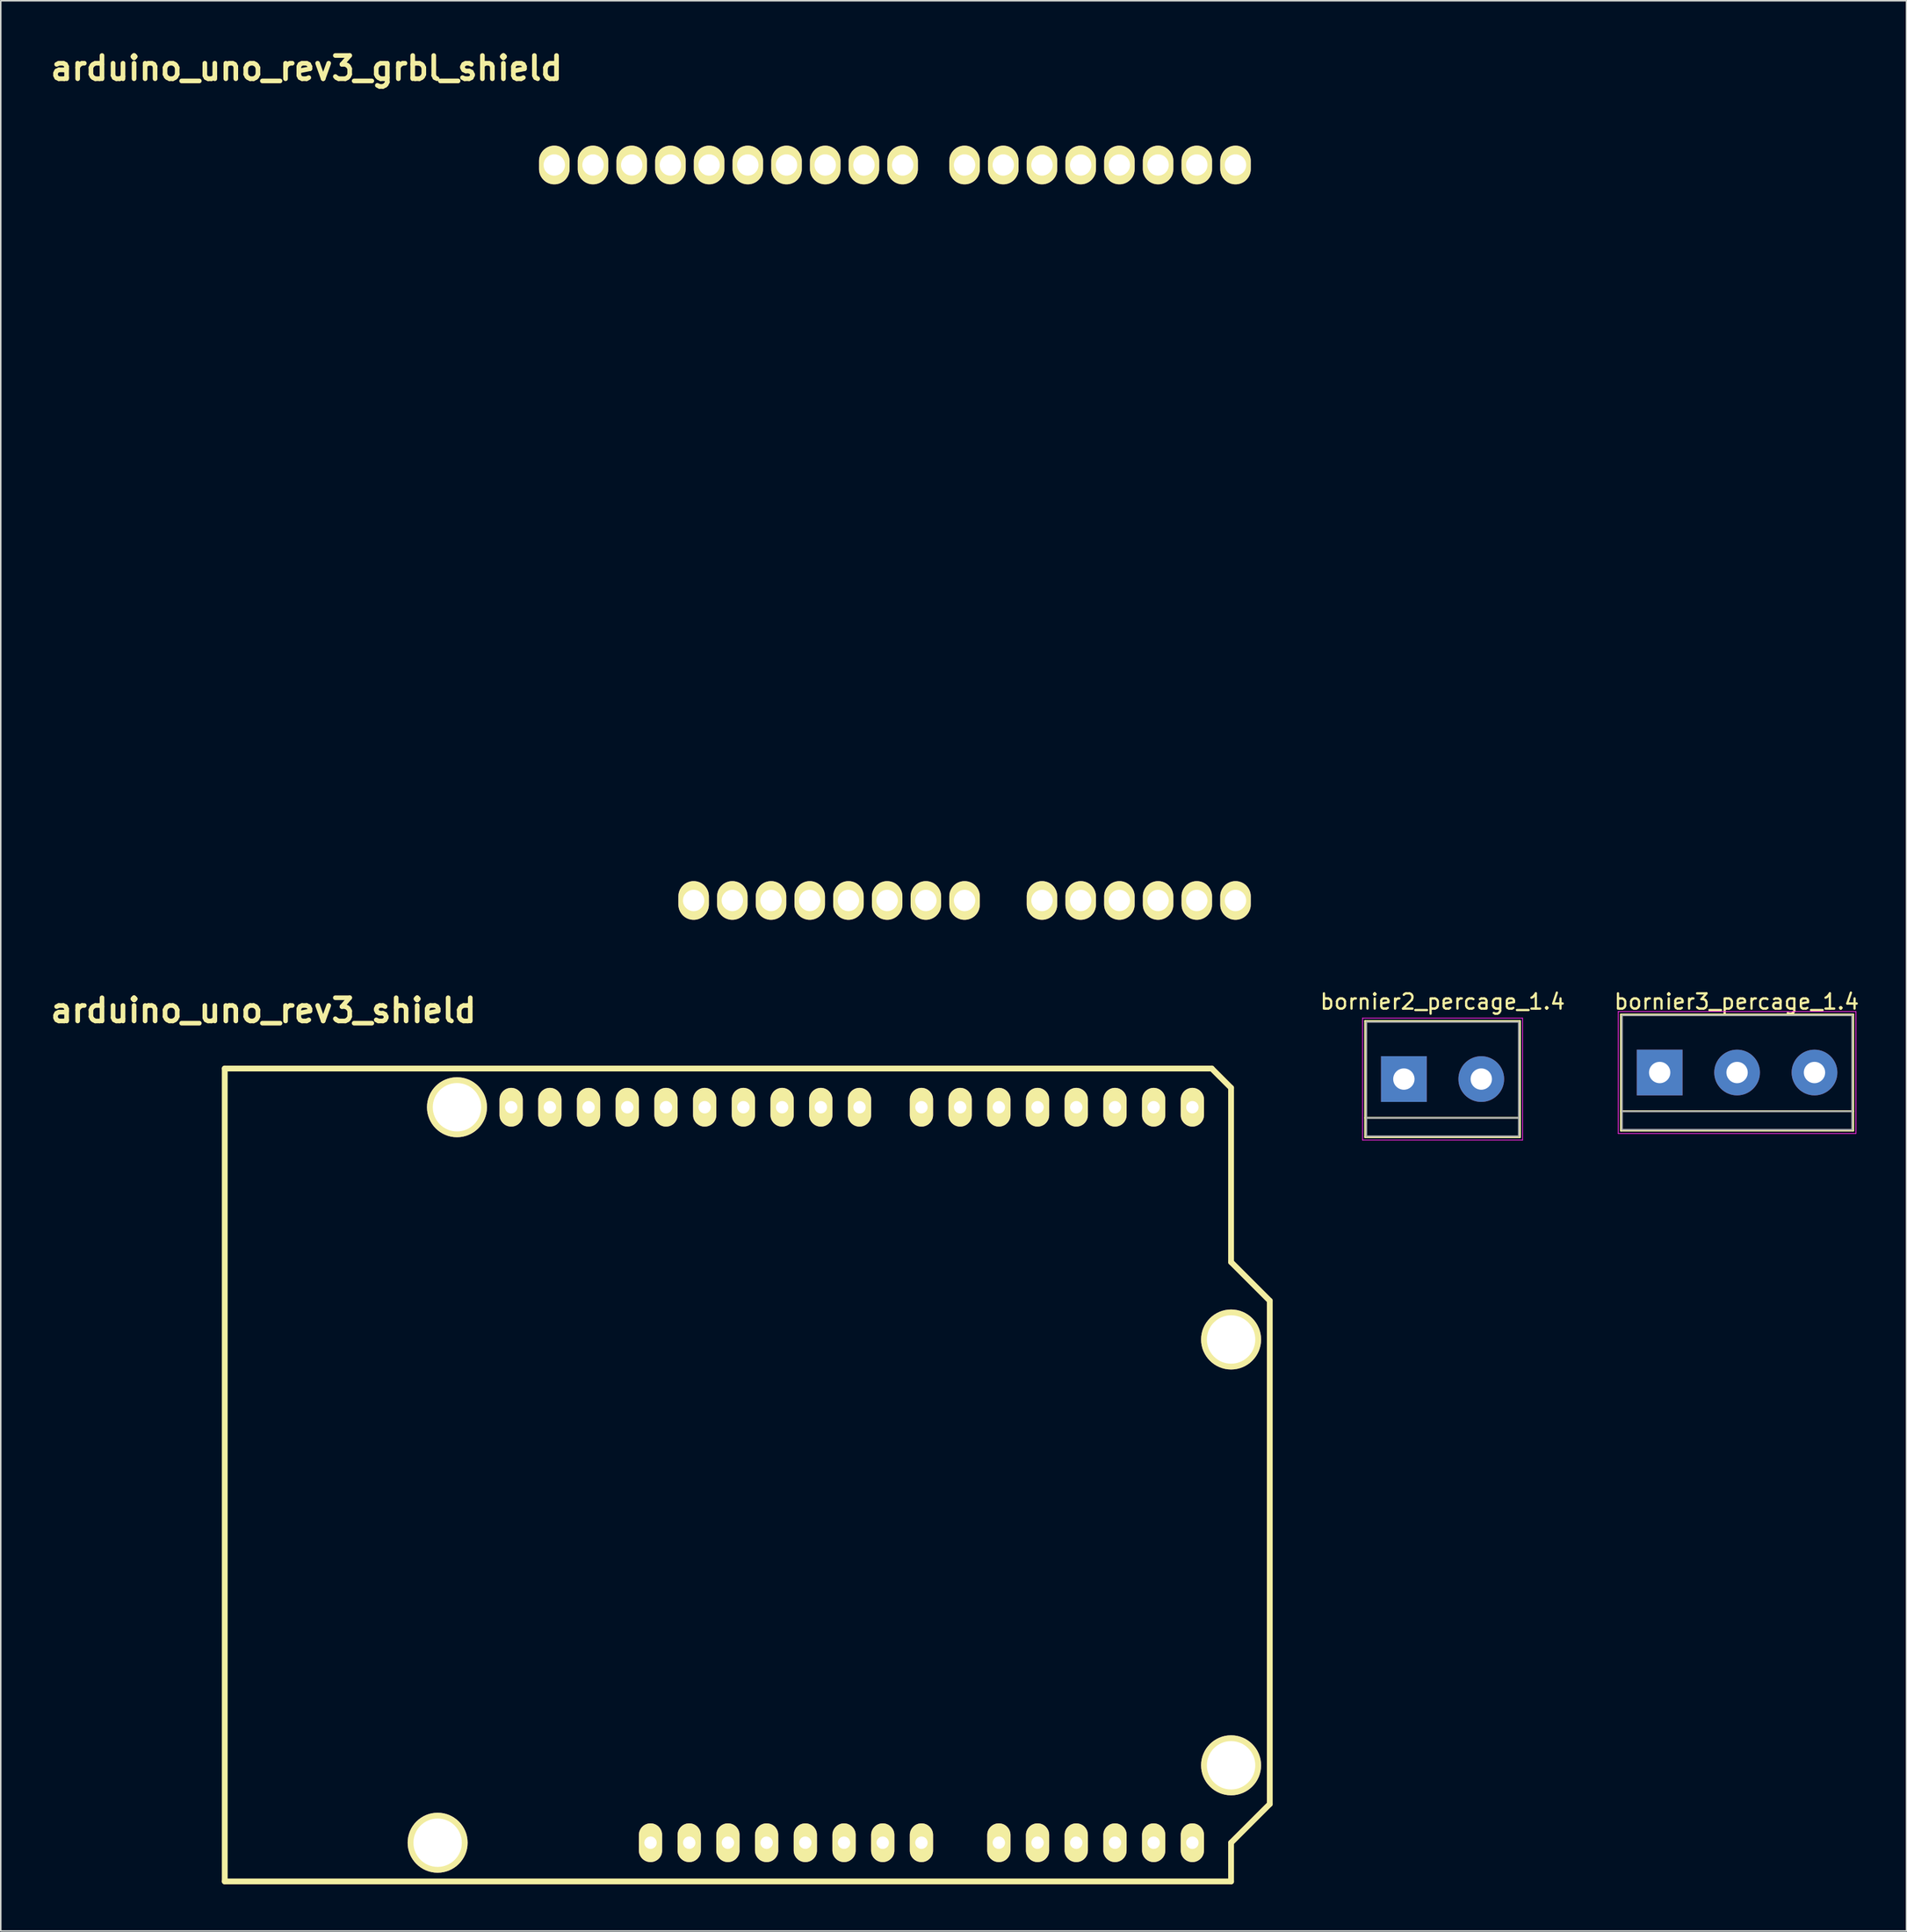
<source format=kicad_pcb>
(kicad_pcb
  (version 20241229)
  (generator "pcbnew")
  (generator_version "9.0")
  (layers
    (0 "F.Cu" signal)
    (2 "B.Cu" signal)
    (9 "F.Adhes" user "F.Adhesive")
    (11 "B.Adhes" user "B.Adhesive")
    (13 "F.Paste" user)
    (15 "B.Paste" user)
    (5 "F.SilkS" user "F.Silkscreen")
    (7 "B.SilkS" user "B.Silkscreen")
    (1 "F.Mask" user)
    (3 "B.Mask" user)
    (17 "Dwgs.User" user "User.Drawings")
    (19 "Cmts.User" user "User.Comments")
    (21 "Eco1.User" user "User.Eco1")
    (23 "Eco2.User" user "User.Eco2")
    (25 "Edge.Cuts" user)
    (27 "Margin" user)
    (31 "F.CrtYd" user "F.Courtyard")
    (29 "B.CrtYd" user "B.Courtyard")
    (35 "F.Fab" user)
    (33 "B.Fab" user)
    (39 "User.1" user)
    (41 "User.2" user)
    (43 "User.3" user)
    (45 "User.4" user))
  (footprint "arduino_uno_rev3_grbl_shield"
    (layer "F.Cu")
    (at 14.529 58.576)
    (property "Reference" "arduino_uno_rev3_grbl_shield" (at 2.54 -57.15 0) (layer "F.SilkS") (effects (font (size 1.524 1.524) (thickness 0.305))))
    (attr through_hole)
    (pad "0" thru_hole oval (at 63.5 -50.8 90) (size 2.54 2) (drill 1.4) (layers "*.Cu" "*.Mask" "F.SilkS"))
    (pad "1" thru_hole oval (at 60.96 -50.8 90) (size 2.54 2) (drill 1.4) (layers "*.Cu" "*.Mask" "F.SilkS"))
    (pad "2" thru_hole oval (at 58.42 -50.8 90) (size 2.54 2) (drill 1.4) (layers "*.Cu" "*.Mask" "F.SilkS"))
    (pad "3" thru_hole oval (at 55.88 -50.8 90) (size 2.54 2) (drill 1.4) (layers "*.Cu" "*.Mask" "F.SilkS"))
    (pad "3V3" thru_hole oval (at 35.56 -2.54 90) (size 2.54 2) (drill 1.4) (layers "*.Cu" "*.Mask" "F.SilkS"))
    (pad "4" thru_hole oval (at 53.34 -50.8 90) (size 2.54 2) (drill 1.4) (layers "*.Cu" "*.Mask" "F.SilkS"))
    (pad "5" thru_hole oval (at 50.8 -50.8 90) (size 2.54 2) (drill 1.4) (layers "*.Cu" "*.Mask" "F.SilkS"))
    (pad "5V" thru_hole oval (at 38.1 -2.54 90) (size 2.54 2) (drill 1.4) (layers "*.Cu" "*.Mask" "F.SilkS"))
    (pad "6" thru_hole oval (at 48.26 -50.8 90) (size 2.54 2) (drill 1.4) (layers "*.Cu" "*.Mask" "F.SilkS"))
    (pad "7" thru_hole oval (at 45.72 -50.8 90) (size 2.54 2) (drill 1.4) (layers "*.Cu" "*.Mask" "F.SilkS"))
    (pad "8" thru_hole oval (at 41.656 -50.8 90) (size 2.54 2) (drill 1.4) (layers "*.Cu" "*.Mask" "F.SilkS"))
    (pad "9" thru_hole oval (at 39.116 -50.8 90) (size 2.54 2) (drill 1.4) (layers "*.Cu" "*.Mask" "F.SilkS"))
    (pad "10" thru_hole oval (at 36.576 -50.8 90) (size 2.54 2) (drill 1.4) (layers "*.Cu" "*.Mask" "F.SilkS"))
    (pad "11" thru_hole oval (at 34.036 -50.8 90) (size 2.54 2) (drill 1.4) (layers "*.Cu" "*.Mask" "F.SilkS"))
    (pad "12" thru_hole oval (at 31.496 -50.8 90) (size 2.54 2) (drill 1.4) (layers "*.Cu" "*.Mask" "F.SilkS"))
    (pad "13" thru_hole oval (at 28.956 -50.8 90) (size 2.54 2) (drill 1.4) (layers "*.Cu" "*.Mask" "F.SilkS"))
    (pad "AD0" thru_hole oval (at 50.8 -2.54 90) (size 2.54 2) (drill 1.4) (layers "*.Cu" "*.Mask" "F.SilkS"))
    (pad "AD1" thru_hole oval (at 53.34 -2.54 90) (size 2.54 2) (drill 1.4) (layers "*.Cu" "*.Mask" "F.SilkS"))
    (pad "AD2" thru_hole oval (at 55.88 -2.54 90) (size 2.54 2) (drill 1.4) (layers "*.Cu" "*.Mask" "F.SilkS"))
    (pad "AD3" thru_hole oval (at 58.42 -2.54 90) (size 2.54 2) (drill 1.4) (layers "*.Cu" "*.Mask" "F.SilkS"))
    (pad "AD4" thru_hole oval (at 60.96 -2.54 90) (size 2.54 2) (drill 1.4) (layers "*.Cu" "*.Mask" "F.SilkS"))
    (pad "AD5" thru_hole oval (at 63.5 -2.54 90) (size 2.54 2) (drill 1.4) (layers "*.Cu" "*.Mask" "F.SilkS"))
    (pad "AREF" thru_hole oval (at 23.876 -50.8 90) (size 2.54 2) (drill 1.4) (layers "*.Cu" "*.Mask" "F.SilkS"))
    (pad "GND1" thru_hole oval (at 40.64 -2.54 90) (size 2.54 2) (drill 1.4) (layers "*.Cu" "*.Mask" "F.SilkS"))
    (pad "GND2" thru_hole oval (at 43.18 -2.54 90) (size 2.54 2) (drill 1.4) (layers "*.Cu" "*.Mask" "F.SilkS"))
    (pad "GND3" thru_hole oval (at 26.416 -50.8 90) (size 2.54 2) (drill 1.4) (layers "*.Cu" "*.Mask" "F.SilkS"))
    (pad "IORE" thru_hole oval (at 30.48 -2.54 90) (size 2.54 2) (drill 1.4) (layers "*.Cu" "*.Mask" "F.SilkS"))
    (pad "NC" thru_hole oval (at 27.94 -2.54 90) (size 2.54 2) (drill 1.4) (layers "*.Cu" "*.Mask" "F.SilkS"))
    (pad "RST" thru_hole oval (at 33.02 -2.54 90) (size 2.54 2) (drill 1.4) (layers "*.Cu" "*.Mask" "F.SilkS"))
    (pad "SCL" thru_hole oval (at 18.796 -50.8 90) (size 2.54 2) (drill 1.4) (layers "*.Cu" "*.Mask" "F.SilkS"))
    (pad "SDA" thru_hole oval (at 21.336 -50.8 90) (size 2.54 2) (drill 1.4) (layers "*.Cu" "*.Mask" "F.SilkS"))
    (pad "V_IN" thru_hole oval (at 45.72 -2.54 90) (size 2.54 2) (drill 1.4) (layers "*.Cu" "*.Mask" "F.SilkS")))
  (footprint "arduino_uno_rev3_shield"
    (layer "F.Cu")
    (at 11.699 120.403)
    (property "Reference" "arduino_uno_rev3_shield" (at 2.54 -57.15 0) (layer "F.SilkS") (effects (font (size 1.524 1.524) (thickness 0.305))))
    (attr through_hole)
    (fp_line (start 0 0) (end 0 -53.34) (stroke (width 0.381) (type solid)) (layer "F.SilkS"))
    (fp_line (start 64.77 -53.34) (end 0 -53.34) (stroke (width 0.381) (type solid)) (layer "F.SilkS"))
    (fp_line (start 66.04 -52.07) (end 64.77 -53.34) (stroke (width 0.381) (type solid)) (layer "F.SilkS"))
    (fp_line (start 66.04 -40.64) (end 66.04 -52.07) (stroke (width 0.381) (type solid)) (layer "F.SilkS"))
    (fp_line (start 66.04 -40.64) (end 68.58 -38.1) (stroke (width 0.381) (type solid)) (layer "F.SilkS"))
    (fp_line (start 66.04 -2.54) (end 66.04 0) (stroke (width 0.381) (type solid)) (layer "F.SilkS"))
    (fp_line (start 66.04 0) (end 0 0) (stroke (width 0.381) (type solid)) (layer "F.SilkS"))
    (fp_line (start 68.58 -38.1) (end 68.58 -5.08) (stroke (width 0.381) (type solid)) (layer "F.SilkS"))
    (fp_line (start 68.58 -5.08) (end 66.04 -2.54) (stroke (width 0.381) (type solid)) (layer "F.SilkS"))
    (pad "" thru_hole circle (at 13.97 -2.54 90) (size 3.937 3.937) (drill 3.175) (layers "*.Cu" "*.Mask" "F.SilkS"))
    (pad "" thru_hole circle (at 15.24 -50.8 90) (size 3.937 3.937) (drill 3.175) (layers "*.Cu" "*.Mask" "F.SilkS"))
    (pad "" thru_hole circle (at 66.04 -35.56 90) (size 3.937 3.937) (drill 3.175) (layers "*.Cu" "*.Mask" "F.SilkS"))
    (pad "" thru_hole circle (at 66.04 -7.62 90) (size 3.937 3.937) (drill 3.175) (layers "*.Cu" "*.Mask" "F.SilkS"))
    (pad "0" thru_hole oval (at 63.5 -50.8 90) (size 2.54 1.524) (drill 0.813) (layers "*.Cu" "*.Mask" "F.SilkS"))
    (pad "1" thru_hole oval (at 60.96 -50.8 90) (size 2.54 1.524) (drill 0.813) (layers "*.Cu" "*.Mask" "F.SilkS"))
    (pad "2" thru_hole oval (at 58.42 -50.8 90) (size 2.54 1.524) (drill 0.813) (layers "*.Cu" "*.Mask" "F.SilkS"))
    (pad "3" thru_hole oval (at 55.88 -50.8 90) (size 2.54 1.524) (drill 0.813) (layers "*.Cu" "*.Mask" "F.SilkS"))
    (pad "3V3" thru_hole oval (at 35.56 -2.54 90) (size 2.54 1.524) (drill 0.813) (layers "*.Cu" "*.Mask" "F.SilkS"))
    (pad "4" thru_hole oval (at 53.34 -50.8 90) (size 2.54 1.524) (drill 0.813) (layers "*.Cu" "*.Mask" "F.SilkS"))
    (pad "5" thru_hole oval (at 50.8 -50.8 90) (size 2.54 1.524) (drill 0.813) (layers "*.Cu" "*.Mask" "F.SilkS"))
    (pad "5V" thru_hole oval (at 38.1 -2.54 90) (size 2.54 1.524) (drill 0.813) (layers "*.Cu" "*.Mask" "F.SilkS"))
    (pad "6" thru_hole oval (at 48.26 -50.8 90) (size 2.54 1.524) (drill 0.813) (layers "*.Cu" "*.Mask" "F.SilkS"))
    (pad "7" thru_hole oval (at 45.72 -50.8 90) (size 2.54 1.524) (drill 0.813) (layers "*.Cu" "*.Mask" "F.SilkS"))
    (pad "8" thru_hole oval (at 41.656 -50.8 90) (size 2.54 1.524) (drill 0.813) (layers "*.Cu" "*.Mask" "F.SilkS"))
    (pad "9" thru_hole oval (at 39.116 -50.8 90) (size 2.54 1.524) (drill 0.813) (layers "*.Cu" "*.Mask" "F.SilkS"))
    (pad "10" thru_hole oval (at 36.576 -50.8 90) (size 2.54 1.524) (drill 0.813) (layers "*.Cu" "*.Mask" "F.SilkS"))
    (pad "11" thru_hole oval (at 34.036 -50.8 90) (size 2.54 1.524) (drill 0.813) (layers "*.Cu" "*.Mask" "F.SilkS"))
    (pad "12" thru_hole oval (at 31.496 -50.8 90) (size 2.54 1.524) (drill 0.813) (layers "*.Cu" "*.Mask" "F.SilkS"))
    (pad "13" thru_hole oval (at 28.956 -50.8 90) (size 2.54 1.524) (drill 0.813) (layers "*.Cu" "*.Mask" "F.SilkS"))
    (pad "AD0" thru_hole oval (at 50.8 -2.54 90) (size 2.54 1.524) (drill 0.813) (layers "*.Cu" "*.Mask" "F.SilkS"))
    (pad "AD1" thru_hole oval (at 53.34 -2.54 90) (size 2.54 1.524) (drill 0.813) (layers "*.Cu" "*.Mask" "F.SilkS"))
    (pad "AD2" thru_hole oval (at 55.88 -2.54 90) (size 2.54 1.524) (drill 0.813) (layers "*.Cu" "*.Mask" "F.SilkS"))
    (pad "AD3" thru_hole oval (at 58.42 -2.54 90) (size 2.54 1.524) (drill 0.813) (layers "*.Cu" "*.Mask" "F.SilkS"))
    (pad "AD4" thru_hole oval (at 60.96 -2.54 90) (size 2.54 1.524) (drill 0.813) (layers "*.Cu" "*.Mask" "F.SilkS"))
    (pad "AD5" thru_hole oval (at 63.5 -2.54 90) (size 2.54 1.524) (drill 0.813) (layers "*.Cu" "*.Mask" "F.SilkS"))
    (pad "AREF" thru_hole oval (at 23.876 -50.8 90) (size 2.54 1.524) (drill 0.813) (layers "*.Cu" "*.Mask" "F.SilkS"))
    (pad "GND1" thru_hole oval (at 40.64 -2.54 90) (size 2.54 1.524) (drill 0.813) (layers "*.Cu" "*.Mask" "F.SilkS"))
    (pad "GND2" thru_hole oval (at 43.18 -2.54 90) (size 2.54 1.524) (drill 0.813) (layers "*.Cu" "*.Mask" "F.SilkS"))
    (pad "GND3" thru_hole oval (at 26.416 -50.8 90) (size 2.54 1.524) (drill 0.813) (layers "*.Cu" "*.Mask" "F.SilkS"))
    (pad "IORE" thru_hole oval (at 30.48 -2.54 90) (size 2.54 1.524) (drill 0.813) (layers "*.Cu" "*.Mask" "F.SilkS"))
    (pad "NC" thru_hole oval (at 27.94 -2.54 90) (size 2.54 1.524) (drill 0.813) (layers "*.Cu" "*.Mask" "F.SilkS"))
    (pad "RST" thru_hole oval (at 33.02 -2.54 90) (size 2.54 1.524) (drill 0.813) (layers "*.Cu" "*.Mask" "F.SilkS"))
    (pad "SCL" thru_hole oval (at 18.796 -50.8 90) (size 2.54 1.524) (drill 0.813) (layers "*.Cu" "*.Mask" "F.SilkS"))
    (pad "SDA" thru_hole oval (at 21.336 -50.8 90) (size 2.54 1.524) (drill 0.813) (layers "*.Cu" "*.Mask" "F.SilkS"))
    (pad "V_IN" thru_hole oval (at 45.72 -2.54 90) (size 2.54 1.524) (drill 0.813) (layers "*.Cu" "*.Mask" "F.SilkS")))
  (footprint "bornier3_percage_1.4"
    (layer "F.Cu")
    (at 105.865 67.325)
    (property "Reference" "bornier3_percage_1.4" (at 5.05 -4.65 0) (layer "F.SilkS") (effects (font (size 1 1) (thickness 0.15))))
    (attr through_hole)
    (fp_line (start -2.54 -3.81) (end 12.7 -3.81) (stroke (width 0.12) (type solid)) (layer "F.SilkS"))
    (fp_line (start -2.54 2.54) (end 12.7 2.54) (stroke (width 0.12) (type solid)) (layer "F.SilkS"))
    (fp_line (start -2.54 3.81) (end -2.54 -3.81) (stroke (width 0.12) (type solid)) (layer "F.SilkS"))
    (fp_line (start -2.54 3.81) (end 12.7 3.81) (stroke (width 0.12) (type solid)) (layer "F.SilkS"))
    (fp_line (start 12.7 3.81) (end 12.7 -3.81) (stroke (width 0.12) (type solid)) (layer "F.SilkS"))
    (fp_line (start -2.72 -4) (end -2.72 4) (stroke (width 0.05) (type solid)) (layer "F.CrtYd"))
    (fp_line (start -2.72 -4) (end 12.88 -4) (stroke (width 0.05) (type solid)) (layer "F.CrtYd"))
    (fp_line (start 12.88 4) (end -2.72 4) (stroke (width 0.05) (type solid)) (layer "F.CrtYd"))
    (fp_line (start 12.88 4) (end 12.88 -4) (stroke (width 0.05) (type solid)) (layer "F.CrtYd"))
    (fp_line (start -2.47 -3.75) (end 12.63 -3.75) (stroke (width 0.1) (type solid)) (layer "F.Fab"))
    (fp_line (start -2.47 2.55) (end 12.63 2.55) (stroke (width 0.1) (type solid)) (layer "F.Fab"))
    (fp_line (start -2.47 3.75) (end -2.47 -3.75) (stroke (width 0.1) (type solid)) (layer "F.Fab"))
    (fp_line (start 12.63 -3.75) (end 12.63 3.75) (stroke (width 0.1) (type solid)) (layer "F.Fab"))
    (fp_line (start 12.63 3.75) (end -2.47 3.75) (stroke (width 0.1) (type solid)) (layer "F.Fab"))
    (pad "1" thru_hole rect (at 0 0) (size 3 3) (drill 1.4) (layers "*.Cu" "*.Mask"))
    (pad "2" thru_hole circle (at 5.08 0) (size 3 3) (drill 1.4) (layers "*.Cu" "*.Mask"))
    (pad "3" thru_hole circle (at 10.16 0) (size 3 3) (drill 1.4) (layers "*.Cu" "*.Mask")))
  (footprint "bornier2_percage_1.4"
    (layer "F.Cu")
    (at 89.078 67.755)
    (property "Reference" "bornier2_percage_1.4" (at 2.54 -5.08 0) (layer "F.SilkS") (effects (font (size 1 1) (thickness 0.15))))
    (attr through_hole)
    (fp_line (start -2.54 -3.81) (end -2.54 3.81) (stroke (width 0.12) (type solid)) (layer "F.SilkS"))
    (fp_line (start -2.54 3.81) (end 7.62 3.81) (stroke (width 0.12) (type solid)) (layer "F.SilkS"))
    (fp_line (start 7.62 -3.81) (end -2.54 -3.81) (stroke (width 0.12) (type solid)) (layer "F.SilkS"))
    (fp_line (start 7.62 2.54) (end -2.54 2.54) (stroke (width 0.12) (type solid)) (layer "F.SilkS"))
    (fp_line (start 7.62 3.81) (end 7.62 -3.81) (stroke (width 0.12) (type solid)) (layer "F.SilkS"))
    (fp_line (start -2.71 -4) (end -2.71 4) (stroke (width 0.05) (type solid)) (layer "F.CrtYd"))
    (fp_line (start -2.71 -4) (end 7.79 -4) (stroke (width 0.05) (type solid)) (layer "F.CrtYd"))
    (fp_line (start 7.79 4) (end -2.71 4) (stroke (width 0.05) (type solid)) (layer "F.CrtYd"))
    (fp_line (start 7.79 4) (end 7.79 -4) (stroke (width 0.05) (type solid)) (layer "F.CrtYd"))
    (fp_line (start -2.46 -3.75) (end -2.46 3.75) (stroke (width 0.1) (type solid)) (layer "F.Fab"))
    (fp_line (start -2.46 3.75) (end 7.54 3.75) (stroke (width 0.1) (type solid)) (layer "F.Fab"))
    (fp_line (start -2.41 2.55) (end 7.49 2.55) (stroke (width 0.1) (type solid)) (layer "F.Fab"))
    (fp_line (start 7.54 -3.75) (end -2.46 -3.75) (stroke (width 0.1) (type solid)) (layer "F.Fab"))
    (fp_line (start 7.54 3.75) (end 7.54 -3.75) (stroke (width 0.1) (type solid)) (layer "F.Fab"))
    (pad "1" thru_hole rect (at 0 0) (size 3 3) (drill 1.4) (layers "*.Cu" "*.Mask"))
    (pad "2" thru_hole circle (at 5.08 0) (size 3 3) (drill 1.4) (layers "*.Cu" "*.Mask")))
  (gr_rect
    (start -3 -3)
    (end 122.064 123.653)
    (stroke (width 0.1) (type default))
    (fill no)
    (layer "Edge.Cuts")))
</source>
